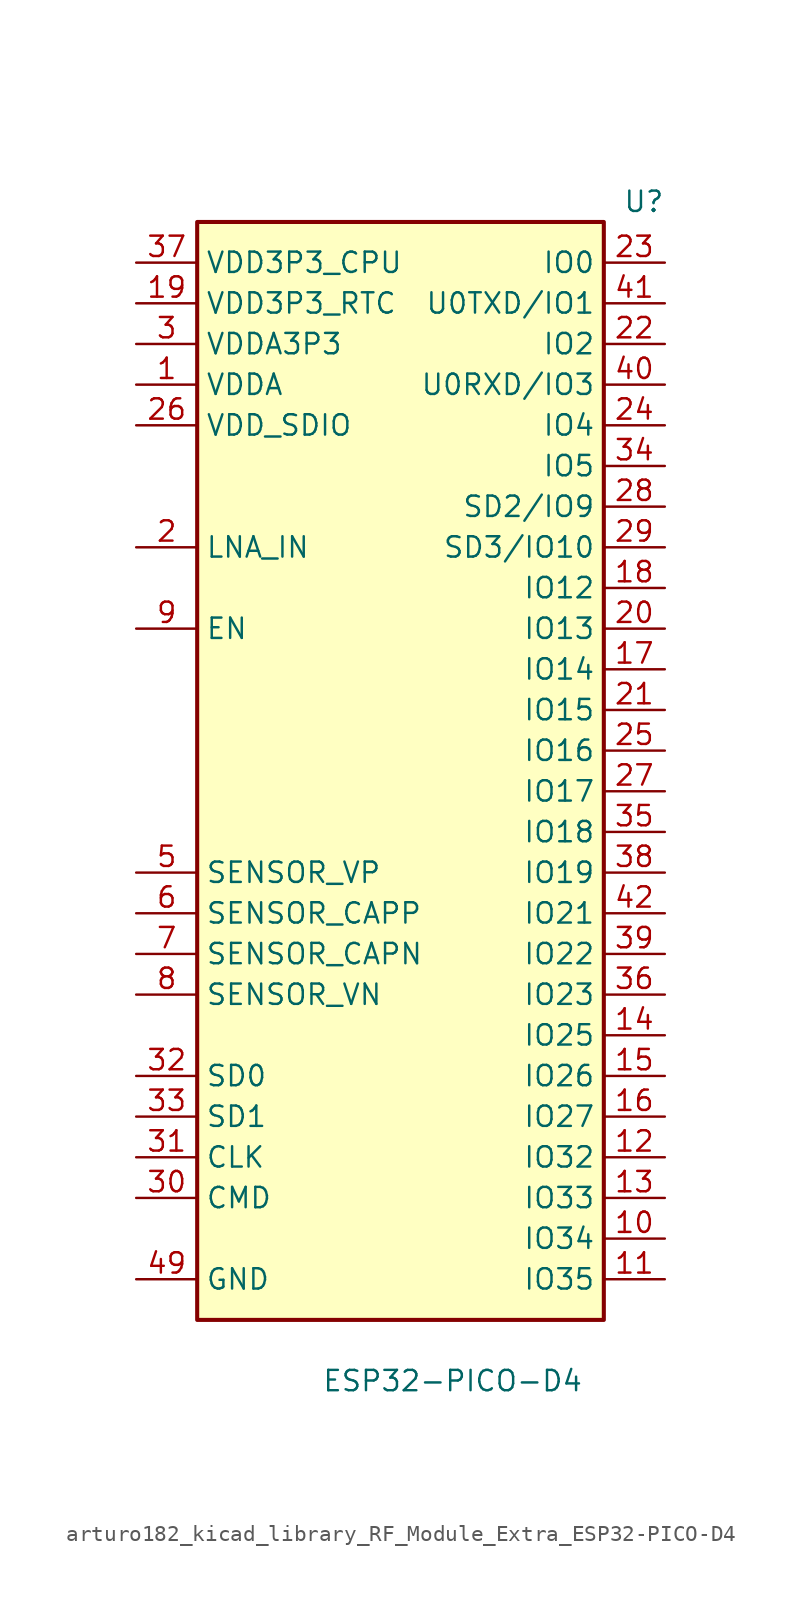
<source format=kicad_sym>
(kicad_symbol_lib
  (version 20220914)
  (generator kicad_symbol_editor)
  (symbol "arturo182_kicad_library_RF_Module_Extra_ESP32-PICO-D4"
    (property "Reference" "U"
      (at 16.51 34.29 0)
      (effects (font (size 1.27 1.27)) (justify right)))
    (property "Value" "ESP32-PICO-D4"
      (at 11.43 -39.37 0)
      (effects (font (size 1.27 1.27)) (justify right)))
    (symbol "arturo182_kicad_library_RF_Module_Extra_ESP32-PICO-D4_0_0"
      (pin power_in line (at -16.51 22.86 0) (length 3.81) (name "VDDA" (effects (font (size 1.27 1.27)))) (number "1" (effects (font (size 1.27 1.27)))))
      (pin input line (at 16.51 -30.48 180) (length 3.81) (name "IO34" (effects (font (size 1.27 1.27)))) (number "10" (effects (font (size 1.27 1.27)))))
      (pin input line (at 16.51 -33.02 180) (length 3.81) (name "IO35" (effects (font (size 1.27 1.27)))) (number "11" (effects (font (size 1.27 1.27)))))
      (pin bidirectional line (at 16.51 -25.4 180) (length 3.81) (name "IO32" (effects (font (size 1.27 1.27)))) (number "12" (effects (font (size 1.27 1.27)))))
      (pin bidirectional line (at 16.51 -27.94 180) (length 3.81) (name "IO33" (effects (font (size 1.27 1.27)))) (number "13" (effects (font (size 1.27 1.27)))))
      (pin bidirectional line (at 16.51 -17.78 180) (length 3.81) (name "IO25" (effects (font (size 1.27 1.27)))) (number "14" (effects (font (size 1.27 1.27)))))
      (pin bidirectional line (at 16.51 -20.32 180) (length 3.81) (name "IO26" (effects (font (size 1.27 1.27)))) (number "15" (effects (font (size 1.27 1.27)))))
      (pin bidirectional line (at 16.51 -22.86 180) (length 3.81) (name "IO27" (effects (font (size 1.27 1.27)))) (number "16" (effects (font (size 1.27 1.27)))))
      (pin bidirectional line (at 16.51 5.08 180) (length 3.81) (name "IO14" (effects (font (size 1.27 1.27)))) (number "17" (effects (font (size 1.27 1.27)))))
      (pin bidirectional line (at 16.51 10.16 180) (length 3.81) (name "IO12" (effects (font (size 1.27 1.27)))) (number "18" (effects (font (size 1.27 1.27)))))
      (pin power_in line (at -16.51 27.94 0) (length 3.81) (name "VDD3P3_RTC" (effects (font (size 1.27 1.27)))) (number "19" (effects (font (size 1.27 1.27)))))
      (pin bidirectional line (at -16.51 12.7 0) (length 3.81) (name "LNA_IN" (effects (font (size 1.27 1.27)))) (number "2" (effects (font (size 1.27 1.27)))))
      (pin bidirectional line (at 16.51 7.62 180) (length 3.81) (name "IO13" (effects (font (size 1.27 1.27)))) (number "20" (effects (font (size 1.27 1.27)))))
      (pin bidirectional line (at 16.51 2.54 180) (length 3.81) (name "IO15" (effects (font (size 1.27 1.27)))) (number "21" (effects (font (size 1.27 1.27)))))
      (pin bidirectional line (at 16.51 25.4 180) (length 3.81) (name "IO2" (effects (font (size 1.27 1.27)))) (number "22" (effects (font (size 1.27 1.27)))))
      (pin bidirectional line (at 16.51 30.48 180) (length 3.81) (name "IO0" (effects (font (size 1.27 1.27)))) (number "23" (effects (font (size 1.27 1.27)))))
      (pin bidirectional line (at 16.51 20.32 180) (length 3.81) (name "IO4" (effects (font (size 1.27 1.27)))) (number "24" (effects (font (size 1.27 1.27)))))
      (pin bidirectional line (at 16.51 0 180) (length 3.81) (name "IO16" (effects (font (size 1.27 1.27)))) (number "25" (effects (font (size 1.27 1.27)))))
      (pin power_out line (at -16.51 20.32 0) (length 3.81) (name "VDD_SDIO" (effects (font (size 1.27 1.27)))) (number "26" (effects (font (size 1.27 1.27)))))
      (pin bidirectional line (at 16.51 -2.54 180) (length 3.81) (name "IO17" (effects (font (size 1.27 1.27)))) (number "27" (effects (font (size 1.27 1.27)))))
      (pin bidirectional line (at 16.51 15.24 180) (length 3.81) (name "SD2/IO9" (effects (font (size 1.27 1.27)))) (number "28" (effects (font (size 1.27 1.27)))))
      (pin bidirectional line (at 16.51 12.7 180) (length 3.81) (name "SD3/IO10" (effects (font (size 1.27 1.27)))) (number "29" (effects (font (size 1.27 1.27)))))
      (pin power_in line (at -16.51 25.4 0) (length 3.81) (name "VDDA3P3" (effects (font (size 1.27 1.27)))) (number "3" (effects (font (size 1.27 1.27)))))
      (pin bidirectional line (at -16.51 -27.94 0) (length 3.81) (name "CMD" (effects (font (size 1.27 1.27)))) (number "30" (effects (font (size 1.27 1.27)))))
      (pin bidirectional line (at -16.51 -25.4 0) (length 3.81) (name "CLK" (effects (font (size 1.27 1.27)))) (number "31" (effects (font (size 1.27 1.27)))))
      (pin bidirectional line (at -16.51 -20.32 0) (length 3.81) (name "SD0" (effects (font (size 1.27 1.27)))) (number "32" (effects (font (size 1.27 1.27)))))
      (pin bidirectional line (at -16.51 -22.86 0) (length 3.81) (name "SD1" (effects (font (size 1.27 1.27)))) (number "33" (effects (font (size 1.27 1.27)))))
      (pin bidirectional line (at 16.51 17.78 180) (length 3.81) (name "IO5" (effects (font (size 1.27 1.27)))) (number "34" (effects (font (size 1.27 1.27)))))
      (pin bidirectional line (at 16.51 -5.08 180) (length 3.81) (name "IO18" (effects (font (size 1.27 1.27)))) (number "35" (effects (font (size 1.27 1.27)))))
      (pin bidirectional line (at 16.51 -15.24 180) (length 3.81) (name "IO23" (effects (font (size 1.27 1.27)))) (number "36" (effects (font (size 1.27 1.27)))))
      (pin power_in line (at -16.51 30.48 0) (length 3.81) (name "VDD3P3_CPU" (effects (font (size 1.27 1.27)))) (number "37" (effects (font (size 1.27 1.27)))))
      (pin bidirectional line (at 16.51 -7.62 180) (length 3.81) (name "IO19" (effects (font (size 1.27 1.27)))) (number "38" (effects (font (size 1.27 1.27)))))
      (pin bidirectional line (at 16.51 -12.7 180) (length 3.81) (name "IO22" (effects (font (size 1.27 1.27)))) (number "39" (effects (font (size 1.27 1.27)))))
      (pin passive line (at -16.51 25.4 0) (length 3.81) hide (name "VDDA3P3" (effects (font (size 1.27 1.27)))) (number "4" (effects (font (size 1.27 1.27)))))
      (pin bidirectional line (at 16.51 22.86 180) (length 3.81) (name "U0RXD/IO3" (effects (font (size 1.27 1.27)))) (number "40" (effects (font (size 1.27 1.27)))))
      (pin bidirectional line (at 16.51 27.94 180) (length 3.81) (name "U0TXD/IO1" (effects (font (size 1.27 1.27)))) (number "41" (effects (font (size 1.27 1.27)))))
      (pin bidirectional line (at 16.51 -10.16 180) (length 3.81) (name "IO21" (effects (font (size 1.27 1.27)))) (number "42" (effects (font (size 1.27 1.27)))))
      (pin passive line (at -16.51 22.86 0) (length 3.81) hide (name "VDDA" (effects (font (size 1.27 1.27)))) (number "43" (effects (font (size 1.27 1.27)))))
      (pin no_connect line (at -3.81 -13.97 0) (length 3.81) hide (name "XTAL_N_NC" (effects (font (size 1.27 1.27)))) (number "44" (effects (font (size 1.27 1.27)))))
      (pin no_connect line (at -3.81 -16.51 0) (length 3.81) hide (name "XTAL_P_NC" (effects (font (size 1.27 1.27)))) (number "45" (effects (font (size 1.27 1.27)))))
      (pin passive line (at -16.51 22.86 0) (length 3.81) hide (name "VDDA" (effects (font (size 1.27 1.27)))) (number "46" (effects (font (size 1.27 1.27)))))
      (pin no_connect line (at -3.81 -19.05 0) (length 3.81) hide (name "CAP2_NC" (effects (font (size 1.27 1.27)))) (number "47" (effects (font (size 1.27 1.27)))))
      (pin no_connect line (at -3.81 -21.59 0) (length 3.81) hide (name "CAP1_NC" (effects (font (size 1.27 1.27)))) (number "48" (effects (font (size 1.27 1.27)))))
      (pin power_in line (at -16.51 -33.02 0) (length 3.81) (name "GND" (effects (font (size 1.27 1.27)))) (number "49" (effects (font (size 1.27 1.27)))))
      (pin input line (at -16.51 -7.62 0) (length 3.81) (name "SENSOR_VP" (effects (font (size 1.27 1.27)))) (number "5" (effects (font (size 1.27 1.27)))))
      (pin input line (at -16.51 -10.16 0) (length 3.81) (name "SENSOR_CAPP" (effects (font (size 1.27 1.27)))) (number "6" (effects (font (size 1.27 1.27)))))
      (pin input line (at -16.51 -12.7 0) (length 3.81) (name "SENSOR_CAPN" (effects (font (size 1.27 1.27)))) (number "7" (effects (font (size 1.27 1.27)))))
      (pin input line (at -16.51 -15.24 0) (length 3.81) (name "SENSOR_VN" (effects (font (size 1.27 1.27)))) (number "8" (effects (font (size 1.27 1.27)))))
      (pin input line (at -16.51 7.62 0) (length 3.81) (name "EN" (effects (font (size 1.27 1.27)))) (number "9" (effects (font (size 1.27 1.27))))))
    (symbol "arturo182_kicad_library_RF_Module_Extra_ESP32-PICO-D4_0_1"
      (rectangle (start -12.7 33.02) (end 12.7 -35.56) (stroke (width 0.254) (type default)) (fill (type background))))))
</source>
